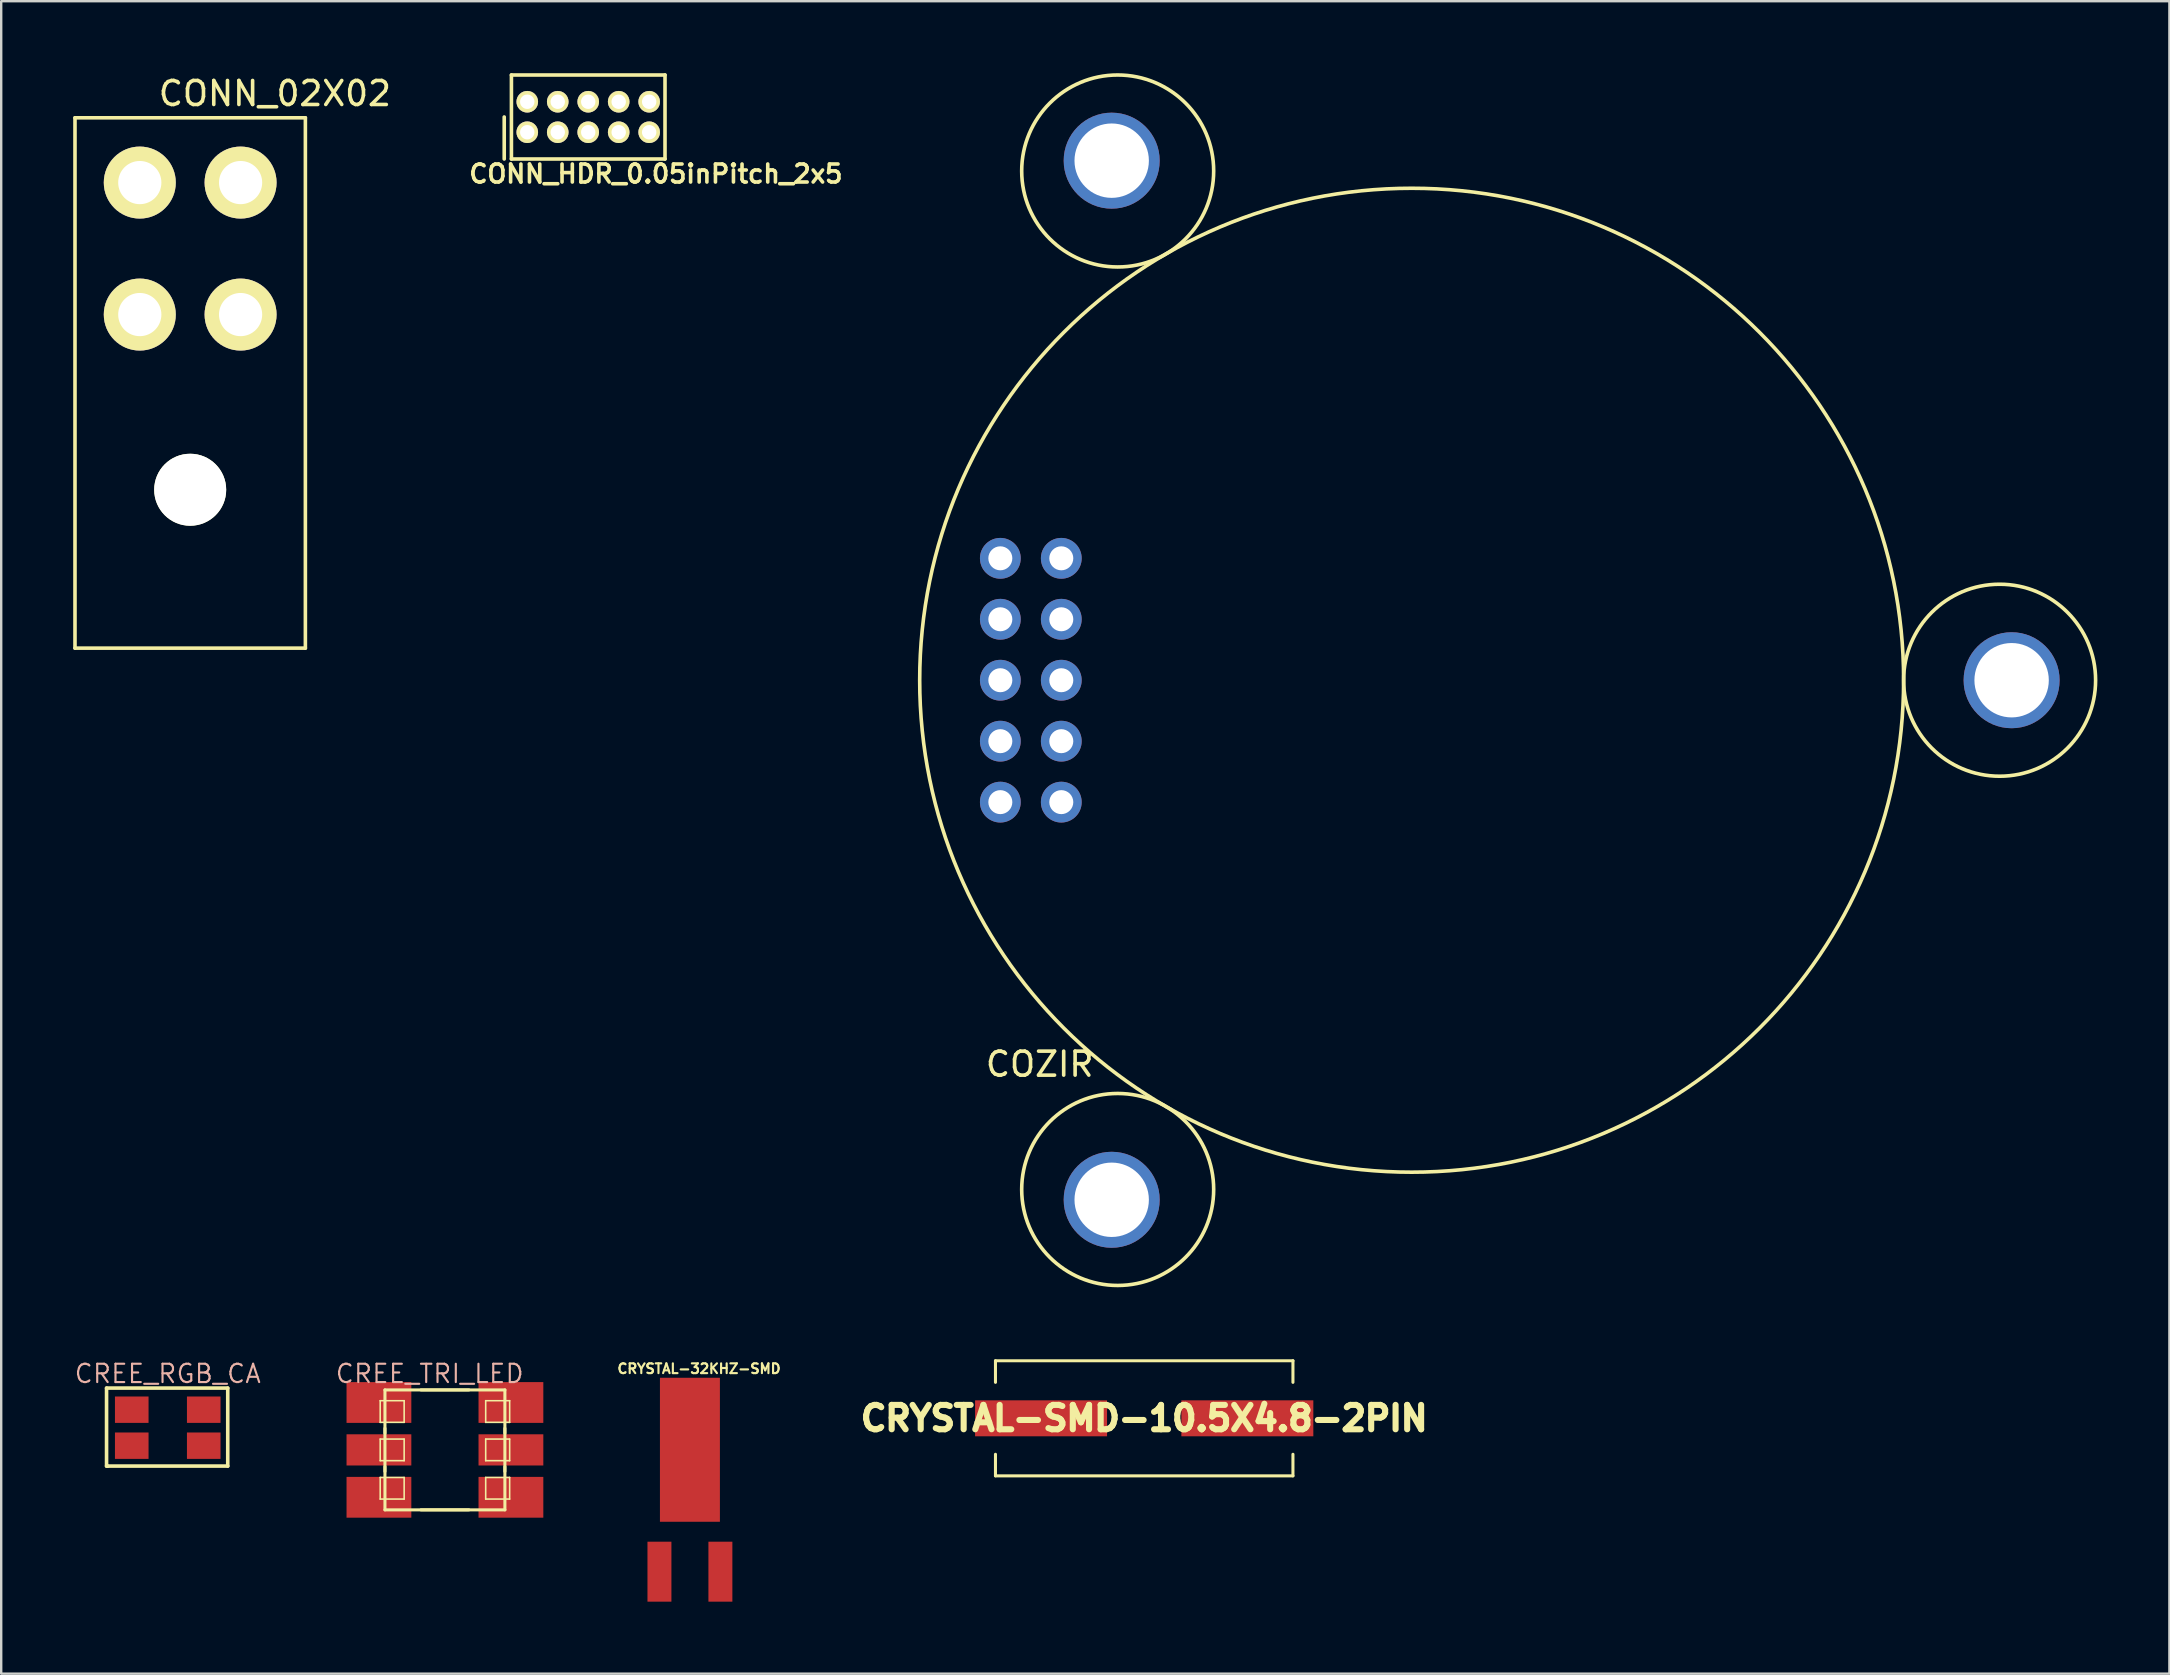
<source format=kicad_pcb>
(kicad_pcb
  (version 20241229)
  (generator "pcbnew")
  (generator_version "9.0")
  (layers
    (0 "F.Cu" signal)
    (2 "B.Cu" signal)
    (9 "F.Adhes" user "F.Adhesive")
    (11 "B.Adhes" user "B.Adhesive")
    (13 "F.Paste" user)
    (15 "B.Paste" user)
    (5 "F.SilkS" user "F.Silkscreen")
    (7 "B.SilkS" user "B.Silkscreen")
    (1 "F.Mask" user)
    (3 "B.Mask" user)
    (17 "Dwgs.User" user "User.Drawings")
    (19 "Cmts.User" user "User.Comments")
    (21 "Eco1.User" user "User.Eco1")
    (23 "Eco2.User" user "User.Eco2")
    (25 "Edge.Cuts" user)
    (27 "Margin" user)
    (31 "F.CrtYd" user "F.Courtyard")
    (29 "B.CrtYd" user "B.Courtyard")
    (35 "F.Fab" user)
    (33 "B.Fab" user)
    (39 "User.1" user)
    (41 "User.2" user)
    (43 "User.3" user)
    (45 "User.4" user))
  (footprint "CRYSTAL-SMD-10.5X4.8-2PIN"
    (layer "F.Cu")
    (at 44.629 56.051)
    (property "Reference" "CRYSTAL-SMD-10.5X4.8-2PIN" (at 0 0 0) (layer "F.SilkS") (effects (font (size 1.016 1.016) (thickness 0.305))))
    (attr smd)
    (fp_line (start -6.198 -2.398) (end 6.198 -2.398) (stroke (width 0.127) (type solid)) (layer "F.SilkS"))
    (fp_line (start -6.198 -1.499) (end -6.198 -2.398) (stroke (width 0.127) (type solid)) (layer "F.SilkS"))
    (fp_line (start -6.198 1.499) (end -6.198 2.398) (stroke (width 0.127) (type solid)) (layer "F.SilkS"))
    (fp_line (start -6.198 2.398) (end 6.198 2.398) (stroke (width 0.127) (type solid)) (layer "F.SilkS"))
    (fp_line (start 6.198 -2.398) (end 6.198 -1.499) (stroke (width 0.127) (type solid)) (layer "F.SilkS"))
    (fp_line (start 6.198 2.398) (end 6.198 1.499) (stroke (width 0.127) (type solid)) (layer "F.SilkS"))
    (pad "1" smd rect (at -4.298 0) (size 5.499 1.499) (layers "F.Cu" "F.Mask" "F.Paste"))
    (pad "2" smd rect (at 4.298 0) (size 5.499 1.499) (layers "F.Cu" "F.Mask" "F.Paste")))
  (footprint "CREE_RGB_CA"
    (layer "F.Cu")
    (at 3.94 56.442)
    (property "Reference" "CREE_RGB_CA" (at 0 -2.25 0) (layer "B.SilkS") (effects (font (size 0.762 0.762) (thickness 0.089))))
    (attr smd)
    (fp_line (start -2.55 -1.65) (end 2.5 -1.65) (stroke (width 0.15) (type solid)) (layer "F.SilkS"))
    (fp_line (start -2.55 1.6) (end -2.55 -1.65) (stroke (width 0.15) (type solid)) (layer "F.SilkS"))
    (fp_line (start -2.5 1.6) (end -2.55 1.6) (stroke (width 0.15) (type solid)) (layer "F.SilkS"))
    (fp_line (start 2.5 -1.65) (end 2.5 1.6) (stroke (width 0.15) (type solid)) (layer "F.SilkS"))
    (fp_line (start 2.5 1.6) (end -2.5 1.6) (stroke (width 0.15) (type solid)) (layer "F.SilkS"))
    (pad "1" smd rect (at -1.5 -0.75) (size 1.4 1.1) (layers "F.Cu" "F.Mask" "F.Paste"))
    (pad "2" smd rect (at -1.5 0.75) (size 1.4 1.1) (layers "F.Cu" "F.Mask" "F.Paste"))
    (pad "3" smd rect (at 1.5 0.75) (size 1.4 1.1) (layers "F.Cu" "F.Mask" "F.Paste"))
    (pad "4" smd rect (at 1.5 -0.75) (size 1.4 1.1) (layers "F.Cu" "F.Mask" "F.Paste")))
  (footprint "COZIR"
    (layer "F.Cu")
    (at 55.774 25.295)
    (property "Reference" "COZIR" (at -15.5 16 0) (layer "F.SilkS") (effects (font (size 1 1) (thickness 0.15))))
    (attr through_hole)
    (fp_circle (center -12.25 -21.22) (end -8.25 -21.22) (stroke (width 0.15) (type solid)) (fill no) (layer "F.SilkS"))
    (fp_circle (center -12.25 21.22) (end -8.25 21.22) (stroke (width 0.15) (type solid)) (fill no) (layer "F.SilkS"))
    (fp_circle (center 0 0) (end 20.5 -0.1) (stroke (width 0.15) (type solid)) (fill no) (layer "F.SilkS"))
    (fp_circle (center 24.5 0) (end 28.5 0) (stroke (width 0.15) (type solid)) (fill no) (layer "F.SilkS"))
    (pad "" thru_hole circle (at -12.5 -21.65) (size 4 4) (drill 3.1) (layers "*.Cu" "*.Mask"))
    (pad "" thru_hole circle (at -12.5 21.65) (size 4 4) (drill 3.1) (layers "*.Cu" "*.Mask"))
    (pad "" thru_hole circle (at 25 0) (size 4 4) (drill 3.1) (layers "*.Cu" "*.Mask"))
    (pad "1" thru_hole circle (at -14.6 -5.08) (size 1.7 1.7) (drill 1) (layers "*.Cu" "*.Mask"))
    (pad "2" thru_hole circle (at -17.14 -5.08) (size 1.7 1.7) (drill 1) (layers "*.Cu" "*.Mask"))
    (pad "3" thru_hole circle (at -14.6 -2.54) (size 1.7 1.7) (drill 1) (layers "*.Cu" "*.Mask"))
    (pad "4" thru_hole circle (at -17.14 -2.54) (size 1.7 1.7) (drill 1) (layers "*.Cu" "*.Mask"))
    (pad "5" thru_hole circle (at -14.6 0) (size 1.7 1.7) (drill 1) (layers "*.Cu" "*.Mask"))
    (pad "6" thru_hole circle (at -17.14 0) (size 1.7 1.7) (drill 1) (layers "*.Cu" "*.Mask"))
    (pad "7" thru_hole circle (at -14.6 2.54) (size 1.7 1.7) (drill 1) (layers "*.Cu" "*.Mask"))
    (pad "8" thru_hole circle (at -17.14 2.54) (size 1.7 1.7) (drill 1) (layers "*.Cu" "*.Mask"))
    (pad "9" thru_hole circle (at -14.6 5.08) (size 1.7 1.7) (drill 1) (layers "*.Cu" "*.Mask"))
    (pad "10" thru_hole circle (at -17.14 5.08) (size 1.7 1.7) (drill 1) (layers "*.Cu" "*.Mask")))
  (footprint "CONN_02X02"
    (layer "F.Cu")
    (at 4.875 10.058)
    (property "Reference" "CONN_02X02" (at 3.53 -9.21 0) (layer "F.SilkS") (effects (font (size 1 1) (thickness 0.15))))
    (attr through_hole)
    (fp_line (start -4.8 -8.2) (end -4.8 13.9) (stroke (width 0.15) (type solid)) (layer "F.SilkS"))
    (fp_line (start -4.8 -8.2) (end 4.8 -8.2) (stroke (width 0.15) (type solid)) (layer "F.SilkS"))
    (fp_line (start 4.8 -8.2) (end 4.8 13.9) (stroke (width 0.15) (type solid)) (layer "F.SilkS"))
    (fp_line (start 4.8 13.9) (end -4.8 13.9) (stroke (width 0.15) (type solid)) (layer "F.SilkS"))
    (pad "" np_thru_hole circle (at 0 7.3) (size 3 3) (drill 3) (layers "*.Cu" "*.Mask" "F.SilkS"))
    (pad "1" thru_hole circle (at 2.1 0) (size 3 3) (drill 1.8) (layers "*.Cu" "*.Mask" "F.SilkS"))
    (pad "2" thru_hole circle (at -2.1 0) (size 3 3) (drill 1.8) (layers "*.Cu" "*.Mask" "F.SilkS"))
    (pad "3" thru_hole circle (at 2.1 -5.5) (size 3 3) (drill 1.8) (layers "*.Cu" "*.Mask" "F.SilkS"))
    (pad "4" thru_hole circle (at -2.1 -5.5) (size 3 3) (drill 1.8) (layers "*.Cu" "*.Mask" "F.SilkS")))
  (footprint "CRYSTAL-32KHZ-SMD"
    (layer "F.Cu")
    (at 25.699 62.442)
    (property "Reference" "CRYSTAL-32KHZ-SMD" (at 0.381 -8.458 0) (layer "F.SilkS") (effects (font (size 0.406 0.406) (thickness 0.089))))
    (attr smd)
    (pad "1" smd rect (at -1.27 0) (size 0.998 2.499) (layers "F.Cu" "F.Mask" "F.Paste"))
    (pad "2" smd rect (at 1.27 0) (size 0.998 2.499) (layers "F.Cu" "F.Mask" "F.Paste"))
    (pad "SHEI" smd rect (at 0 -5.08) (size 2.499 6) (layers "F.Cu" "F.Mask" "F.Paste")))
  (footprint "CREE_TRI_LED"
    (layer "F.Cu")
    (at 15.49 57.367)
    (property "Reference" "CREE_TRI_LED" (at -0.635 -3.175 0) (layer "B.SilkS") (effects (font (size 0.762 0.762) (thickness 0.089))))
    (attr smd)
    (fp_line (start -2.697 -2.05) (end -1.699 -2.05) (stroke (width 0.066) (type solid)) (layer "F.SilkS"))
    (fp_line (start -2.697 -1.148) (end -2.697 -2.05) (stroke (width 0.066) (type solid)) (layer "F.SilkS"))
    (fp_line (start -2.697 -1.148) (end -1.699 -1.148) (stroke (width 0.066) (type solid)) (layer "F.SilkS"))
    (fp_line (start -2.697 -0.45) (end -1.699 -0.45) (stroke (width 0.066) (type solid)) (layer "F.SilkS"))
    (fp_line (start -2.697 0.45) (end -2.697 -0.45) (stroke (width 0.066) (type solid)) (layer "F.SilkS"))
    (fp_line (start -2.697 0.45) (end -1.699 0.45) (stroke (width 0.066) (type solid)) (layer "F.SilkS"))
    (fp_line (start -2.697 1.148) (end -1.699 1.148) (stroke (width 0.066) (type solid)) (layer "F.SilkS"))
    (fp_line (start -2.697 2.05) (end -2.697 1.148) (stroke (width 0.066) (type solid)) (layer "F.SilkS"))
    (fp_line (start -2.697 2.05) (end -1.699 2.05) (stroke (width 0.066) (type solid)) (layer "F.SilkS"))
    (fp_line (start -2.499 -2.499) (end 2.499 -2.499) (stroke (width 0.127) (type solid)) (layer "F.SilkS"))
    (fp_line (start -2.499 -0.699) (end -2.499 -0.899) (stroke (width 0.127) (type solid)) (layer "F.SilkS"))
    (fp_line (start -2.499 0.899) (end -2.499 0.699) (stroke (width 0.127) (type solid)) (layer "F.SilkS"))
    (fp_line (start -2.499 2.499) (end -2.499 -2.499) (stroke (width 0.127) (type solid)) (layer "F.SilkS"))
    (fp_line (start -1.699 -1.148) (end -1.699 -2.05) (stroke (width 0.066) (type solid)) (layer "F.SilkS"))
    (fp_line (start -1.699 0.45) (end -1.699 -0.45) (stroke (width 0.066) (type solid)) (layer "F.SilkS"))
    (fp_line (start -1.699 2.05) (end -1.699 1.148) (stroke (width 0.066) (type solid)) (layer "F.SilkS"))
    (fp_line (start -0.998 -2.499) (end 0.998 -2.499) (stroke (width 0.127) (type solid)) (layer "F.SilkS"))
    (fp_line (start -0.998 2.499) (end 0.998 2.499) (stroke (width 0.127) (type solid)) (layer "F.SilkS"))
    (fp_line (start 1.699 -2.05) (end 2.697 -2.05) (stroke (width 0.066) (type solid)) (layer "F.SilkS"))
    (fp_line (start 1.699 -1.148) (end 1.699 -2.05) (stroke (width 0.066) (type solid)) (layer "F.SilkS"))
    (fp_line (start 1.699 -1.148) (end 2.697 -1.148) (stroke (width 0.066) (type solid)) (layer "F.SilkS"))
    (fp_line (start 1.699 -0.45) (end 2.697 -0.45) (stroke (width 0.066) (type solid)) (layer "F.SilkS"))
    (fp_line (start 1.699 0.45) (end 1.699 -0.45) (stroke (width 0.066) (type solid)) (layer "F.SilkS"))
    (fp_line (start 1.699 0.45) (end 2.697 0.45) (stroke (width 0.066) (type solid)) (layer "F.SilkS"))
    (fp_line (start 1.699 1.148) (end 2.697 1.148) (stroke (width 0.066) (type solid)) (layer "F.SilkS"))
    (fp_line (start 1.699 2.05) (end 1.699 1.148) (stroke (width 0.066) (type solid)) (layer "F.SilkS"))
    (fp_line (start 1.699 2.05) (end 2.697 2.05) (stroke (width 0.066) (type solid)) (layer "F.SilkS"))
    (fp_line (start 2.499 -2.499) (end 2.499 2.499) (stroke (width 0.127) (type solid)) (layer "F.SilkS"))
    (fp_line (start 2.499 -0.699) (end 2.499 -0.899) (stroke (width 0.127) (type solid)) (layer "F.SilkS"))
    (fp_line (start 2.499 0.899) (end 2.499 0.699) (stroke (width 0.127) (type solid)) (layer "F.SilkS"))
    (fp_line (start 2.499 2.499) (end -2.499 2.499) (stroke (width 0.127) (type solid)) (layer "F.SilkS"))
    (fp_line (start 2.697 -1.148) (end 2.697 -2.05) (stroke (width 0.066) (type solid)) (layer "F.SilkS"))
    (fp_line (start 2.697 0.45) (end 2.697 -0.45) (stroke (width 0.066) (type solid)) (layer "F.SilkS"))
    (fp_line (start 2.697 2.05) (end 2.697 1.148) (stroke (width 0.066) (type solid)) (layer "F.SilkS"))
    (pad "1" smd rect (at -2.75 -1.975) (size 2.7 1.7) (layers "F.Cu" "F.Mask" "F.Paste"))
    (pad "2" smd rect (at -2.75 0) (size 2.7 1.3) (layers "F.Cu" "F.Mask" "F.Paste"))
    (pad "3" smd rect (at -2.75 1.975) (size 2.7 1.7) (layers "F.Cu" "F.Mask" "F.Paste"))
    (pad "4" smd rect (at 2.75 1.975) (size 2.7 1.7) (layers "F.Cu" "F.Mask" "F.Paste"))
    (pad "5" smd rect (at 2.75 0) (size 2.7 1.3) (layers "F.Cu" "F.Mask" "F.Paste"))
    (pad "6" smd rect (at 2.75 -1.975) (size 2.7 1.7) (layers "F.Cu" "F.Mask" "F.Paste")))
  (footprint "CONN_HDR_0.05inPitch_2x5"
    (layer "F.Cu")
    (at 21.461 1.825)
    (property "Reference" "CONN_HDR_0.05inPitch_2x5" (at 2.82 2.37 0) (layer "F.SilkS") (effects (font (size 0.75 0.75) (thickness 0.15))))
    (attr through_hole)
    (fp_line (start -3.5 0) (end -3.5 1.75) (stroke (width 0.15) (type solid)) (layer "F.SilkS"))
    (fp_line (start -3.2 -1.75) (end -3.2 1.75) (stroke (width 0.15) (type solid)) (layer "F.SilkS"))
    (fp_line (start -3.2 1.75) (end 3.2 1.75) (stroke (width 0.15) (type solid)) (layer "F.SilkS"))
    (fp_line (start 3.2 -1.75) (end -3.2 -1.75) (stroke (width 0.15) (type solid)) (layer "F.SilkS"))
    (fp_line (start 3.2 1.75) (end 3.2 -1.75) (stroke (width 0.15) (type solid)) (layer "F.SilkS"))
    (pad "1" thru_hole circle (at -2.54 0.635) (size 0.9 0.9) (drill 0.6) (layers "*.Cu" "*.Mask" "F.SilkS"))
    (pad "2" thru_hole circle (at -2.54 -0.635) (size 0.9 0.9) (drill 0.6) (layers "*.Cu" "*.Mask" "F.SilkS"))
    (pad "3" thru_hole circle (at -1.27 0.635) (size 0.9 0.9) (drill 0.6) (layers "*.Cu" "*.Mask" "F.SilkS"))
    (pad "4" thru_hole circle (at -1.27 -0.635) (size 0.9 0.9) (drill 0.6) (layers "*.Cu" "*.Mask" "F.SilkS"))
    (pad "5" thru_hole circle (at 0 0.635) (size 0.9 0.9) (drill 0.6) (layers "*.Cu" "*.Mask" "F.SilkS"))
    (pad "6" thru_hole circle (at 0 -0.635) (size 0.9 0.9) (drill 0.6) (layers "*.Cu" "*.Mask" "F.SilkS"))
    (pad "7" thru_hole circle (at 1.27 0.635) (size 0.9 0.9) (drill 0.6) (layers "*.Cu" "*.Mask" "F.SilkS"))
    (pad "8" thru_hole circle (at 1.27 -0.635) (size 0.9 0.9) (drill 0.6) (layers "*.Cu" "*.Mask" "F.SilkS"))
    (pad "9" thru_hole circle (at 2.54 0.635) (size 0.9 0.9) (drill 0.6) (layers "*.Cu" "*.Mask" "F.SilkS"))
    (pad "10" thru_hole circle (at 2.54 -0.635) (size 0.9 0.9) (drill 0.6) (layers "*.Cu" "*.Mask" "F.SilkS")))
  (gr_rect
    (start -3 -3)
    (end 87.349 66.692)
    (stroke (width 0.1) (type default))
    (fill no)
    (layer "Edge.Cuts")))
</source>
